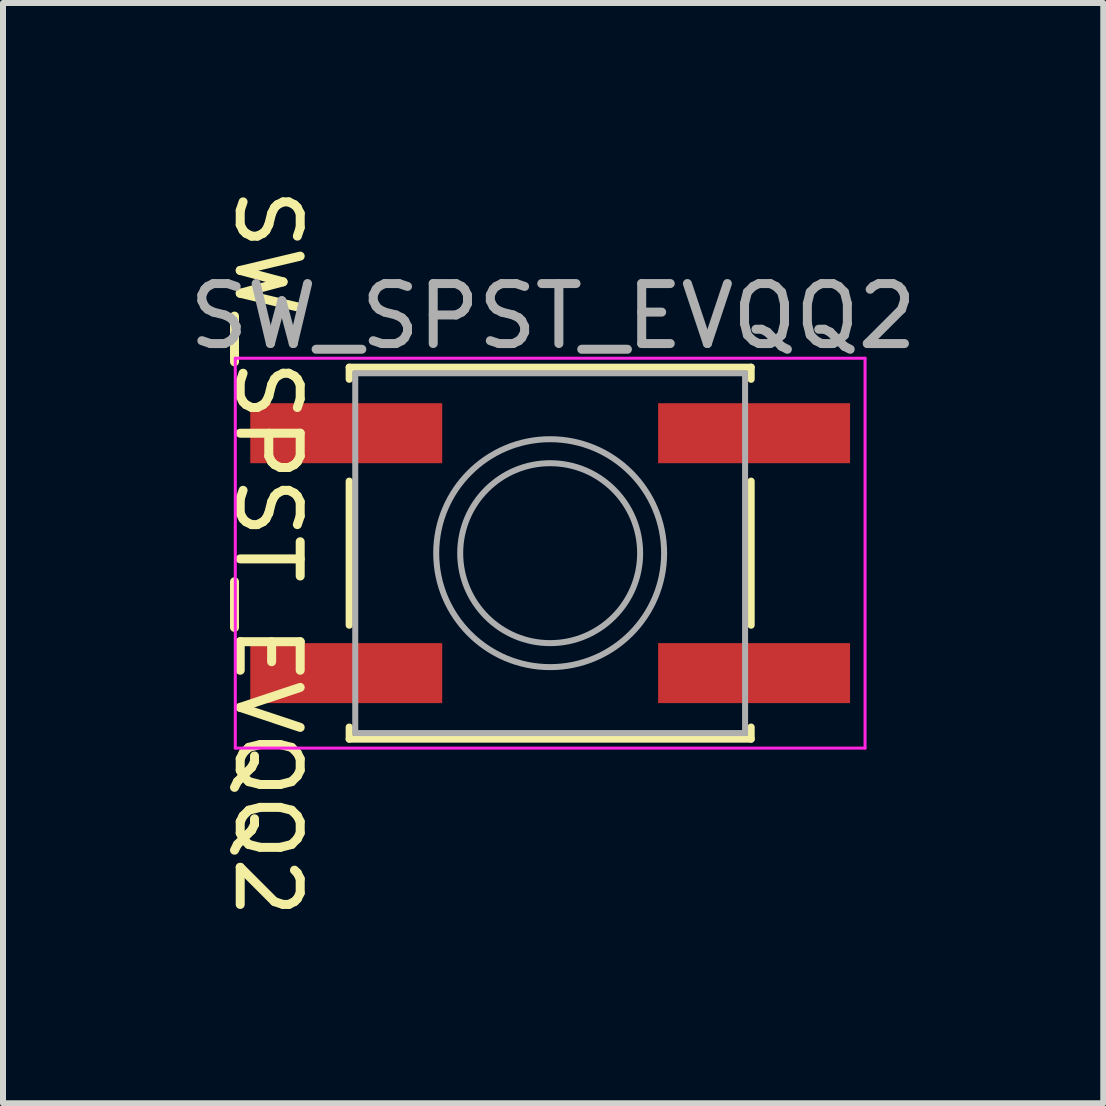
<source format=kicad_pcb>
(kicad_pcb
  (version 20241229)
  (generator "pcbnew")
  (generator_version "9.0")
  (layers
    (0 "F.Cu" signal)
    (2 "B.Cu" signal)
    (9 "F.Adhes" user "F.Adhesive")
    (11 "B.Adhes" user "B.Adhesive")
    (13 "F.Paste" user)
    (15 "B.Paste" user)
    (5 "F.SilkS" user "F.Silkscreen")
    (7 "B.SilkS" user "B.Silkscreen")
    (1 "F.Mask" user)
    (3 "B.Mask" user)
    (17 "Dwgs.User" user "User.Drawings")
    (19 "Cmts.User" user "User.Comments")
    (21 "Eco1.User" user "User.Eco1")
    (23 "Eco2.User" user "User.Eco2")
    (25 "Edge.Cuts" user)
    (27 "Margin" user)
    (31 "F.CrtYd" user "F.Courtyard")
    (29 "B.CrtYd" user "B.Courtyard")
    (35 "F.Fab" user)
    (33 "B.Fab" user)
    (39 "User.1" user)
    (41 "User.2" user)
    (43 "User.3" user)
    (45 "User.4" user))
  (footprint "SW_SPST_EVQQ2"
    (layer "F.Cu")
    (at 6.123 6.173)
    (property "Reference" "SW_SPST_EVQQ2" (at -4.713 0 270) (unlocked yes) (layer "F.SilkS") (effects (font (size 1 1) (thickness 0.15))))
    (attr smd)
    (fp_line (start -3.35 -3.1) (end -3.35 -2.9) (stroke (width 0.12) (type solid)) (layer "F.SilkS"))
    (fp_line (start -3.35 -1.2) (end -3.35 1.2) (stroke (width 0.12) (type solid)) (layer "F.SilkS"))
    (fp_line (start -3.35 3.1) (end -3.35 2.9) (stroke (width 0.12) (type solid)) (layer "F.SilkS"))
    (fp_line (start -3.35 3.1) (end 3.35 3.1) (stroke (width 0.12) (type solid)) (layer "F.SilkS"))
    (fp_line (start 3.35 -3.1) (end -3.35 -3.1) (stroke (width 0.12) (type solid)) (layer "F.SilkS"))
    (fp_line (start 3.35 -3.1) (end 3.35 -2.9) (stroke (width 0.12) (type solid)) (layer "F.SilkS"))
    (fp_line (start 3.35 -1.2) (end 3.35 1.2) (stroke (width 0.12) (type solid)) (layer "F.SilkS"))
    (fp_line (start 3.35 3.1) (end 3.35 2.9) (stroke (width 0.12) (type solid)) (layer "F.SilkS"))
    (fp_line (start -5.25 -3.25) (end 5.25 -3.25) (stroke (width 0.05) (type solid)) (layer "F.CrtYd"))
    (fp_line (start -5.25 3.25) (end -5.25 -3.25) (stroke (width 0.05) (type solid)) (layer "F.CrtYd"))
    (fp_line (start 5.25 -3.25) (end 5.25 3.25) (stroke (width 0.05) (type solid)) (layer "F.CrtYd"))
    (fp_line (start 5.25 3.25) (end -5.25 3.25) (stroke (width 0.05) (type solid)) (layer "F.CrtYd"))
    (fp_line (start -3.25 -3) (end 3.25 -3) (stroke (width 0.1) (type solid)) (layer "F.Fab"))
    (fp_line (start -3.25 3) (end -3.25 -3) (stroke (width 0.1) (type solid)) (layer "F.Fab"))
    (fp_line (start 3.25 -3) (end 3.25 3) (stroke (width 0.1) (type solid)) (layer "F.Fab"))
    (fp_line (start 3.25 3) (end -3.25 3) (stroke (width 0.1) (type solid)) (layer "F.Fab"))
    (fp_circle (center 0 0) (end 1.5 0) (stroke (width 0.1) (type solid)) (fill no) (layer "F.Fab"))
    (fp_circle (center 0 0) (end 1.9 0) (stroke (width 0.1) (type solid)) (fill no) (layer "F.Fab"))
    (fp_text user "${REFERENCE}" (at 0.05 -3.95 0) (layer "F.Fab") (effects (font (size 1 1) (thickness 0.15))))
    (pad "1" smd rect (at -3.4 -2) (size 3.2 1) (layers "F.Cu" "F.Mask" "F.Paste"))
    (pad "1" smd rect (at 3.4 -2) (size 3.2 1) (layers "F.Cu" "F.Mask" "F.Paste"))
    (pad "2" smd rect (at -3.4 2) (size 3.2 1) (layers "F.Cu" "F.Mask" "F.Paste"))
    (pad "2" smd rect (at 3.4 2) (size 3.2 1) (layers "F.Cu" "F.Mask" "F.Paste")))
  (gr_rect
    (start -3 -3)
    (end 15.345 15.345)
    (stroke (width 0.1) (type default))
    (fill no)
    (layer "Edge.Cuts")))
</source>
